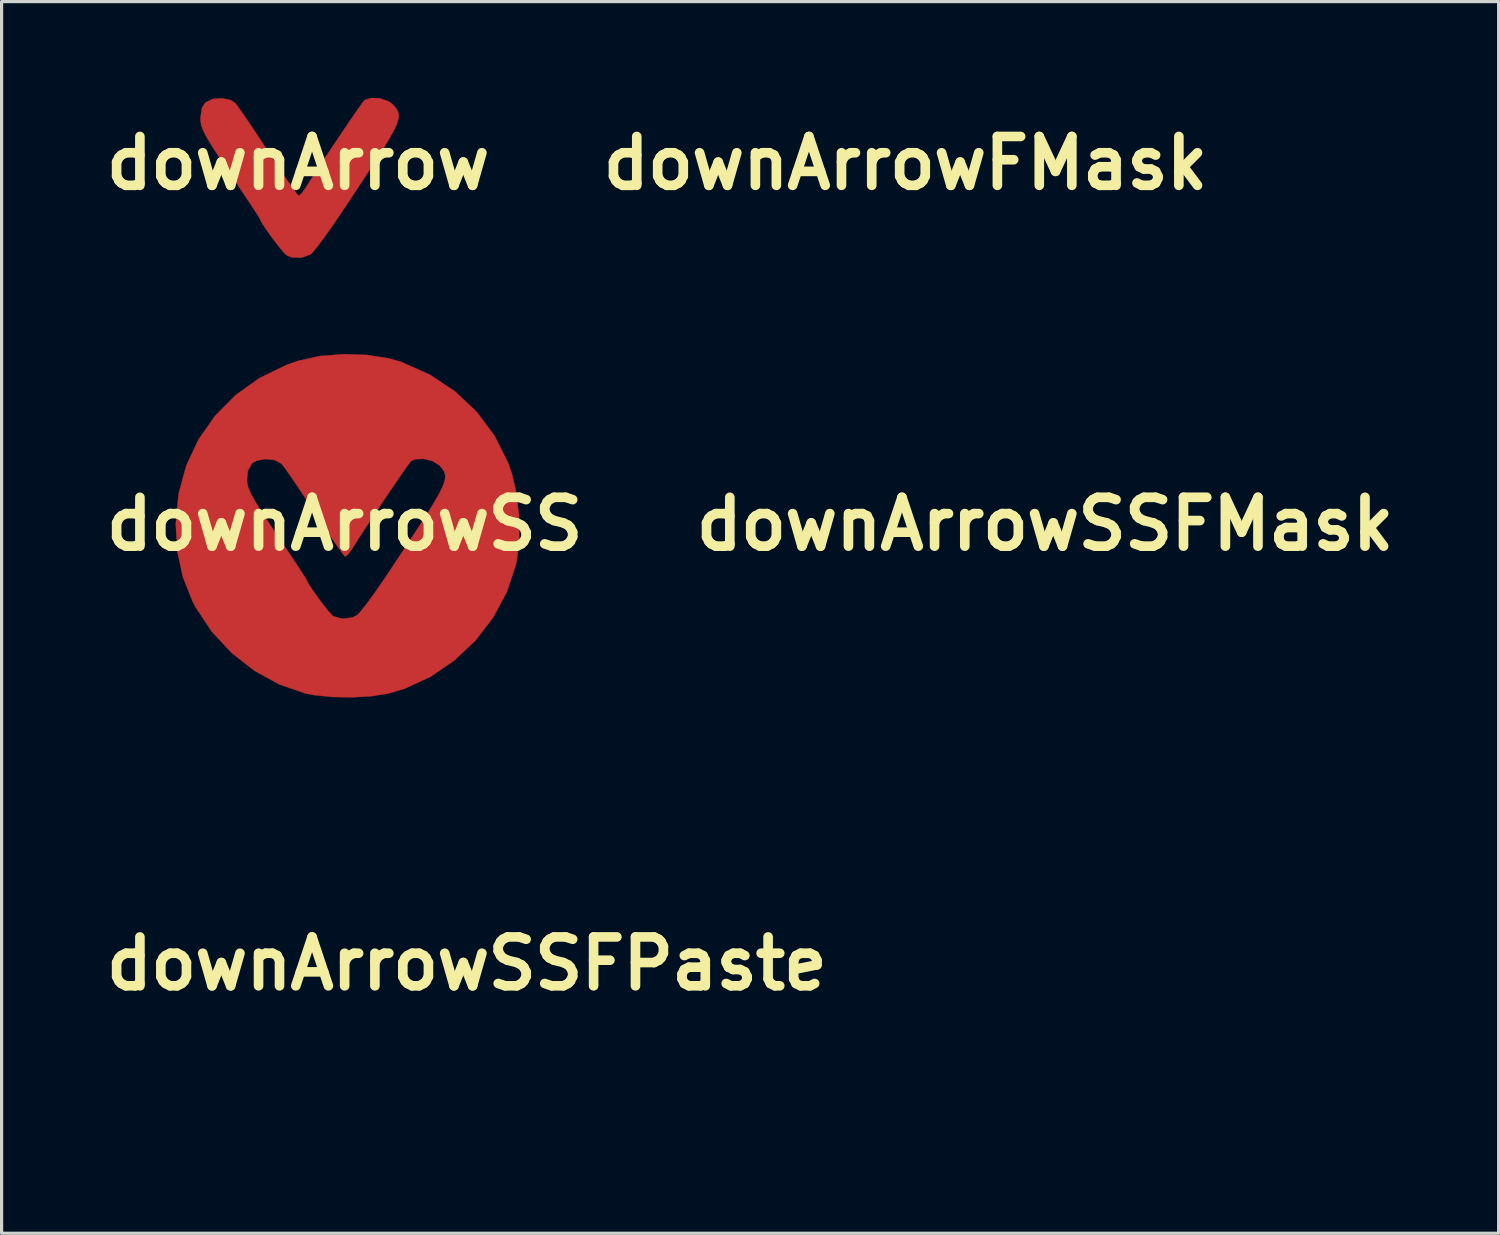
<source format=kicad_pcb>
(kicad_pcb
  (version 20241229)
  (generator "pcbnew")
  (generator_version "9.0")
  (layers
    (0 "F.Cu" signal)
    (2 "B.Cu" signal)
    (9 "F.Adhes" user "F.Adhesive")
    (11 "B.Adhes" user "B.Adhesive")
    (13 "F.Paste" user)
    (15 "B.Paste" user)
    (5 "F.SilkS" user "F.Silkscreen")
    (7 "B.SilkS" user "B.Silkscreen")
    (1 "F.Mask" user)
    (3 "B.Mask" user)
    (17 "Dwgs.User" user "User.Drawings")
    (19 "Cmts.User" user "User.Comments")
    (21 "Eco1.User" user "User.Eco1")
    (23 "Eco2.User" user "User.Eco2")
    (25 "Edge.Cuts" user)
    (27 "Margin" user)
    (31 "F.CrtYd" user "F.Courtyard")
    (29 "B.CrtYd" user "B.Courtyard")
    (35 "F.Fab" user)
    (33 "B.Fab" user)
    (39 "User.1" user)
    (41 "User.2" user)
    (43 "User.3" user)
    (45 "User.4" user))
  (footprint "downArrowFMask"
    (layer "F.Cu")
    (at 25.193 2.041)
    (property "Reference" "downArrowFMask" (at 0 0 0) (layer "F.SilkS") (effects (font (size 1.524 1.524) (thickness 0.3))))
    (attr through_hole)
    (fp_poly (pts (xy 2.564 -2.019) (xy 2.824 -1.928) (xy 2.949 -1.836) (xy 3.039 -1.735) (xy 3.105 -1.638) (xy 3.138 -1.53) (xy 3.132 -1.398) (xy 3.08 -1.226) (xy 2.976 -1.002) (xy 2.812 -0.709) (xy 2.582 -0.335) (xy 2.279 0.136) (xy 1.897 0.718) (xy 1.428 1.425) (xy 1.374 1.506) (xy 1.098 1.914) (xy 0.841 2.278) (xy 0.623 2.572) (xy 0.463 2.77) (xy 0.394 2.839) (xy 0.114 2.946) (xy -0.194 2.937) (xy -0.352 2.876) (xy -0.449 2.782) (xy -0.604 2.596) (xy -0.785 2.359) (xy -0.963 2.114) (xy -1.105 1.902) (xy -1.18 1.767) (xy -1.185 1.747) (xy -1.23 1.669) (xy -1.356 1.474) (xy -1.548 1.182) (xy -1.792 0.815) (xy -2.073 0.395) (xy -2.117 0.331) (xy -2.443 -0.157) (xy -2.684 -0.53) (xy -2.853 -0.811) (xy -2.961 -1.022) (xy -3.021 -1.187) (xy -3.045 -1.328) (xy -3.048 -1.402) (xy -2.998 -1.73) (xy -2.893 -1.892) (xy -2.668 -2.001) (xy -2.381 -2.027) (xy -2.109 -1.971) (xy -1.968 -1.881) (xy -1.877 -1.764) (xy -1.712 -1.53) (xy -1.489 -1.204) (xy -1.226 -0.81) (xy -0.941 -0.373) (xy -0.931 -0.359) (xy -0.653 0.066) (xy -0.404 0.438) (xy -0.199 0.734) (xy -0.054 0.933) (xy 0.017 1.014) (xy 0.019 1.015) (xy 0.102 0.951) (xy 0.218 0.795) (xy 0.225 0.783) (xy 0.4 0.507) (xy 0.623 0.163) (xy 0.877 -0.224) (xy 1.145 -0.626) (xy 1.408 -1.018) (xy 1.65 -1.374) (xy 1.853 -1.668) (xy 2 -1.874) (xy 2.072 -1.966) (xy 2.074 -1.967) (xy 2.288 -2.036) (xy 2.564 -2.019)) (stroke (width 0.01) (type solid)) (fill yes) (layer "F.Mask"))
    (pad "" smd circle (at 0 2.032) (size 1 1) (layers "F.Mask")))
  (footprint "downArrow"
    (layer "F.Cu")
    (at 6.248 2.041)
    (property "Reference" "downArrow" (at 0 0 0) (layer "F.SilkS") (effects (font (size 1.524 1.524) (thickness 0.3))))
    (attr through_hole)
    (fp_poly (pts (xy 2.564 -2.019) (xy 2.824 -1.928) (xy 2.949 -1.836) (xy 3.039 -1.735) (xy 3.105 -1.638) (xy 3.138 -1.53) (xy 3.132 -1.398) (xy 3.08 -1.226) (xy 2.976 -1.002) (xy 2.812 -0.709) (xy 2.582 -0.335) (xy 2.279 0.136) (xy 1.897 0.718) (xy 1.428 1.425) (xy 1.374 1.506) (xy 1.098 1.914) (xy 0.841 2.278) (xy 0.623 2.572) (xy 0.463 2.77) (xy 0.394 2.839) (xy 0.114 2.946) (xy -0.194 2.937) (xy -0.352 2.876) (xy -0.449 2.782) (xy -0.604 2.596) (xy -0.785 2.359) (xy -0.963 2.114) (xy -1.105 1.902) (xy -1.18 1.767) (xy -1.185 1.747) (xy -1.23 1.669) (xy -1.356 1.474) (xy -1.548 1.182) (xy -1.792 0.815) (xy -2.073 0.395) (xy -2.117 0.331) (xy -2.443 -0.157) (xy -2.684 -0.53) (xy -2.853 -0.811) (xy -2.961 -1.022) (xy -3.021 -1.187) (xy -3.045 -1.328) (xy -3.048 -1.402) (xy -2.998 -1.73) (xy -2.893 -1.892) (xy -2.668 -2.001) (xy -2.381 -2.027) (xy -2.109 -1.971) (xy -1.968 -1.881) (xy -1.877 -1.764) (xy -1.712 -1.53) (xy -1.489 -1.204) (xy -1.226 -0.81) (xy -0.941 -0.373) (xy -0.931 -0.359) (xy -0.653 0.066) (xy -0.404 0.438) (xy -0.199 0.734) (xy -0.054 0.933) (xy 0.017 1.014) (xy 0.019 1.015) (xy 0.102 0.951) (xy 0.218 0.795) (xy 0.225 0.783) (xy 0.4 0.507) (xy 0.623 0.163) (xy 0.877 -0.224) (xy 1.145 -0.626) (xy 1.408 -1.018) (xy 1.65 -1.374) (xy 1.853 -1.668) (xy 2 -1.874) (xy 2.072 -1.966) (xy 2.074 -1.967) (xy 2.288 -2.036) (xy 2.564 -2.019)) (stroke (width 0.01) (type solid)) (fill yes) (layer "F.Cu"))
    (pad "1" smd circle (at 0 2.032) (size 1 1) (layers "F.Cu")))
  (footprint "downArrowSSFMask"
    (layer "F.Cu")
    (at 29.547 13.296)
    (property "Reference" "downArrowSSFMask" (at 0 0 0) (layer "F.SilkS") (effects (font (size 1.524 1.524) (thickness 0.3))))
    (attr through_hole)
    (fp_poly (pts (xy 0.695 -5.274) (xy 1.388 -5.166) (xy 1.764 -5.058) (xy 2.657 -4.659) (xy 3.447 -4.134) (xy 4.124 -3.494) (xy 4.677 -2.751) (xy 5.094 -1.917) (xy 5.212 -1.584) (xy 5.359 -0.962) (xy 5.437 -0.262) (xy 5.444 0.447) (xy 5.377 1.095) (xy 5.341 1.27) (xy 5.058 2.121) (xy 4.632 2.914) (xy 4.08 3.632) (xy 3.423 4.254) (xy 2.68 4.762) (xy 1.87 5.135) (xy 1.355 5.287) (xy 0.839 5.369) (xy 0.235 5.404) (xy -0.386 5.393) (xy -0.955 5.335) (xy -1.219 5.284) (xy -2.041 5.001) (xy -2.82 4.571) (xy -3.531 4.014) (xy -4.147 3.351) (xy -4.643 2.604) (xy -4.743 2.413) (xy -5.047 1.649) (xy -5.219 0.849) (xy -5.268 0) (xy -5.181 -0.937) (xy -5.055 -1.402) (xy -3.048 -1.402) (xy -3.038 -1.263) (xy -2.998 -1.114) (xy -2.917 -0.93) (xy -2.782 -0.69) (xy -2.581 -0.369) (xy -2.302 0.055) (xy -2.117 0.331) (xy -1.831 0.757) (xy -1.581 1.133) (xy -1.38 1.437) (xy -1.244 1.648) (xy -1.186 1.744) (xy -1.185 1.747) (xy -1.137 1.85) (xy -1.012 2.042) (xy -0.843 2.281) (xy -0.66 2.525) (xy -0.493 2.732) (xy -0.375 2.859) (xy -0.352 2.876) (xy -0.069 2.955) (xy 0.239 2.916) (xy 0.394 2.839) (xy 0.498 2.729) (xy 0.675 2.503) (xy 0.906 2.188) (xy 1.17 1.809) (xy 1.374 1.506) (xy 1.852 0.785) (xy 2.243 0.191) (xy 2.554 -0.291) (xy 2.791 -0.675) (xy 2.962 -0.975) (xy 3.072 -1.206) (xy 3.129 -1.382) (xy 3.139 -1.518) (xy 3.11 -1.627) (xy 3.048 -1.725) (xy 2.959 -1.825) (xy 2.949 -1.836) (xy 2.739 -1.968) (xy 2.464 -2.034) (xy 2.201 -2.022) (xy 2.074 -1.967) (xy 2.006 -1.883) (xy 1.864 -1.683) (xy 1.664 -1.394) (xy 1.423 -1.04) (xy 1.161 -0.65) (xy 0.893 -0.247) (xy 0.637 0.141) (xy 0.412 0.488) (xy 0.234 0.769) (xy 0.225 0.783) (xy 0.109 0.943) (xy 0.023 1.014) (xy 0.019 1.015) (xy -0.044 0.946) (xy -0.183 0.757) (xy -0.383 0.469) (xy -0.628 0.104) (xy -0.905 -0.317) (xy -0.931 -0.359) (xy -1.217 -0.796) (xy -1.481 -1.192) (xy -1.705 -1.521) (xy -1.873 -1.759) (xy -1.967 -1.879) (xy -1.968 -1.881) (xy -2.182 -1.996) (xy -2.467 -2.028) (xy -2.744 -1.978) (xy -2.893 -1.892) (xy -3.018 -1.666) (xy -3.048 -1.402) (xy -5.055 -1.402) (xy -4.941 -1.822) (xy -4.557 -2.641) (xy -4.039 -3.38) (xy -3.4 -4.023) (xy -2.65 -4.558) (xy -1.799 -4.97) (xy -1.439 -5.094) (xy -0.779 -5.239) (xy -0.048 -5.299) (xy 0.695 -5.274)) (stroke (width 0.01) (type solid)) (fill yes) (layer "F.Mask"))
    (pad "" smd circle (at 0 -2.54) (size 1 1) (layers "F.Mask")))
  (footprint "downArrowSSFPaste"
    (layer "F.Cu")
    (at 11.51 27.009)
    (property "Reference" "downArrowSSFPaste" (at 0 0 0) (layer "F.SilkS") (effects (font (size 1.524 1.524) (thickness 0.3))))
    (attr through_hole)
    (fp_poly (pts (xy 0.695 -5.274) (xy 1.388 -5.166) (xy 1.764 -5.058) (xy 2.657 -4.659) (xy 3.447 -4.134) (xy 4.124 -3.494) (xy 4.677 -2.751) (xy 5.094 -1.917) (xy 5.212 -1.584) (xy 5.359 -0.962) (xy 5.437 -0.262) (xy 5.444 0.447) (xy 5.377 1.095) (xy 5.341 1.27) (xy 5.058 2.121) (xy 4.632 2.914) (xy 4.08 3.632) (xy 3.423 4.254) (xy 2.68 4.762) (xy 1.87 5.135) (xy 1.355 5.287) (xy 0.839 5.369) (xy 0.235 5.404) (xy -0.386 5.393) (xy -0.955 5.335) (xy -1.219 5.284) (xy -2.041 5.001) (xy -2.82 4.571) (xy -3.531 4.014) (xy -4.147 3.351) (xy -4.643 2.604) (xy -4.743 2.413) (xy -5.047 1.649) (xy -5.219 0.849) (xy -5.268 0) (xy -5.181 -0.937) (xy -5.055 -1.402) (xy -3.048 -1.402) (xy -3.038 -1.263) (xy -2.998 -1.114) (xy -2.917 -0.93) (xy -2.782 -0.69) (xy -2.581 -0.369) (xy -2.302 0.055) (xy -2.117 0.331) (xy -1.831 0.757) (xy -1.581 1.133) (xy -1.38 1.437) (xy -1.244 1.648) (xy -1.186 1.744) (xy -1.185 1.747) (xy -1.137 1.85) (xy -1.012 2.042) (xy -0.843 2.281) (xy -0.66 2.525) (xy -0.493 2.732) (xy -0.375 2.859) (xy -0.352 2.876) (xy -0.069 2.955) (xy 0.239 2.916) (xy 0.394 2.839) (xy 0.498 2.729) (xy 0.675 2.503) (xy 0.906 2.188) (xy 1.17 1.809) (xy 1.374 1.506) (xy 1.852 0.785) (xy 2.243 0.191) (xy 2.554 -0.291) (xy 2.791 -0.675) (xy 2.962 -0.975) (xy 3.072 -1.206) (xy 3.129 -1.382) (xy 3.139 -1.518) (xy 3.11 -1.627) (xy 3.048 -1.725) (xy 2.959 -1.825) (xy 2.949 -1.836) (xy 2.739 -1.968) (xy 2.464 -2.034) (xy 2.201 -2.022) (xy 2.074 -1.967) (xy 2.006 -1.883) (xy 1.864 -1.683) (xy 1.664 -1.394) (xy 1.423 -1.04) (xy 1.161 -0.65) (xy 0.893 -0.247) (xy 0.637 0.141) (xy 0.412 0.488) (xy 0.234 0.769) (xy 0.225 0.783) (xy 0.109 0.943) (xy 0.023 1.014) (xy 0.019 1.015) (xy -0.044 0.946) (xy -0.183 0.757) (xy -0.383 0.469) (xy -0.628 0.104) (xy -0.905 -0.317) (xy -0.931 -0.359) (xy -1.217 -0.796) (xy -1.481 -1.192) (xy -1.705 -1.521) (xy -1.873 -1.759) (xy -1.967 -1.879) (xy -1.968 -1.881) (xy -2.182 -1.996) (xy -2.467 -2.028) (xy -2.744 -1.978) (xy -2.893 -1.892) (xy -3.018 -1.666) (xy -3.048 -1.402) (xy -5.055 -1.402) (xy -4.941 -1.822) (xy -4.557 -2.641) (xy -4.039 -3.38) (xy -3.4 -4.023) (xy -2.65 -4.558) (xy -1.799 -4.97) (xy -1.439 -5.094) (xy -0.779 -5.239) (xy -0.048 -5.299) (xy 0.695 -5.274)) (stroke (width 0.01) (type solid)) (fill yes) (layer "F.Paste"))
    (pad "" smd circle (at 0 -2.54) (size 1 1) (layers "F.Paste")))
  (footprint "downArrowSS"
    (layer "F.Cu")
    (at 7.7 13.296)
    (property "Reference" "downArrowSS" (at 0 0 0) (layer "F.SilkS") (effects (font (size 1.524 1.524) (thickness 0.3))))
    (attr through_hole)
    (fp_poly (pts (xy 0.695 -5.274) (xy 1.388 -5.166) (xy 1.764 -5.058) (xy 2.657 -4.659) (xy 3.447 -4.134) (xy 4.124 -3.494) (xy 4.677 -2.751) (xy 5.094 -1.917) (xy 5.212 -1.584) (xy 5.359 -0.962) (xy 5.437 -0.262) (xy 5.444 0.447) (xy 5.377 1.095) (xy 5.341 1.27) (xy 5.058 2.121) (xy 4.632 2.914) (xy 4.08 3.632) (xy 3.423 4.254) (xy 2.68 4.762) (xy 1.87 5.135) (xy 1.355 5.287) (xy 0.839 5.369) (xy 0.235 5.404) (xy -0.386 5.393) (xy -0.955 5.335) (xy -1.219 5.284) (xy -2.041 5.001) (xy -2.82 4.571) (xy -3.531 4.014) (xy -4.147 3.351) (xy -4.643 2.604) (xy -4.743 2.413) (xy -5.047 1.649) (xy -5.219 0.849) (xy -5.268 0) (xy -5.181 -0.937) (xy -5.055 -1.402) (xy -3.048 -1.402) (xy -3.038 -1.263) (xy -2.998 -1.114) (xy -2.917 -0.93) (xy -2.782 -0.69) (xy -2.581 -0.369) (xy -2.302 0.055) (xy -2.117 0.331) (xy -1.831 0.757) (xy -1.581 1.133) (xy -1.38 1.437) (xy -1.244 1.648) (xy -1.186 1.744) (xy -1.185 1.747) (xy -1.137 1.85) (xy -1.012 2.042) (xy -0.843 2.281) (xy -0.66 2.525) (xy -0.493 2.732) (xy -0.375 2.859) (xy -0.352 2.876) (xy -0.069 2.955) (xy 0.239 2.916) (xy 0.394 2.839) (xy 0.498 2.729) (xy 0.675 2.503) (xy 0.906 2.188) (xy 1.17 1.809) (xy 1.374 1.506) (xy 1.852 0.785) (xy 2.243 0.191) (xy 2.554 -0.291) (xy 2.791 -0.675) (xy 2.962 -0.975) (xy 3.072 -1.206) (xy 3.129 -1.382) (xy 3.139 -1.518) (xy 3.11 -1.627) (xy 3.048 -1.725) (xy 2.959 -1.825) (xy 2.949 -1.836) (xy 2.739 -1.968) (xy 2.464 -2.034) (xy 2.201 -2.022) (xy 2.074 -1.967) (xy 2.006 -1.883) (xy 1.864 -1.683) (xy 1.664 -1.394) (xy 1.423 -1.04) (xy 1.161 -0.65) (xy 0.893 -0.247) (xy 0.637 0.141) (xy 0.412 0.488) (xy 0.234 0.769) (xy 0.225 0.783) (xy 0.109 0.943) (xy 0.023 1.014) (xy 0.019 1.015) (xy -0.044 0.946) (xy -0.183 0.757) (xy -0.383 0.469) (xy -0.628 0.104) (xy -0.905 -0.317) (xy -0.931 -0.359) (xy -1.217 -0.796) (xy -1.481 -1.192) (xy -1.705 -1.521) (xy -1.873 -1.759) (xy -1.967 -1.879) (xy -1.968 -1.881) (xy -2.182 -1.996) (xy -2.467 -2.028) (xy -2.744 -1.978) (xy -2.893 -1.892) (xy -3.018 -1.666) (xy -3.048 -1.402) (xy -5.055 -1.402) (xy -4.941 -1.822) (xy -4.557 -2.641) (xy -4.039 -3.38) (xy -3.4 -4.023) (xy -2.65 -4.558) (xy -1.799 -4.97) (xy -1.439 -5.094) (xy -0.779 -5.239) (xy -0.048 -5.299) (xy 0.695 -5.274)) (stroke (width 0.01) (type solid)) (fill yes) (layer "F.Cu"))
    (pad "1" smd circle (at 0 -2.54) (size 1 1) (layers "F.Cu" "F.Mask" "F.Paste")))
  (gr_rect
    (start -3 -3)
    (end 43.694 35.418)
    (stroke (width 0.1) (type default))
    (fill no)
    (layer "Edge.Cuts")))
</source>
